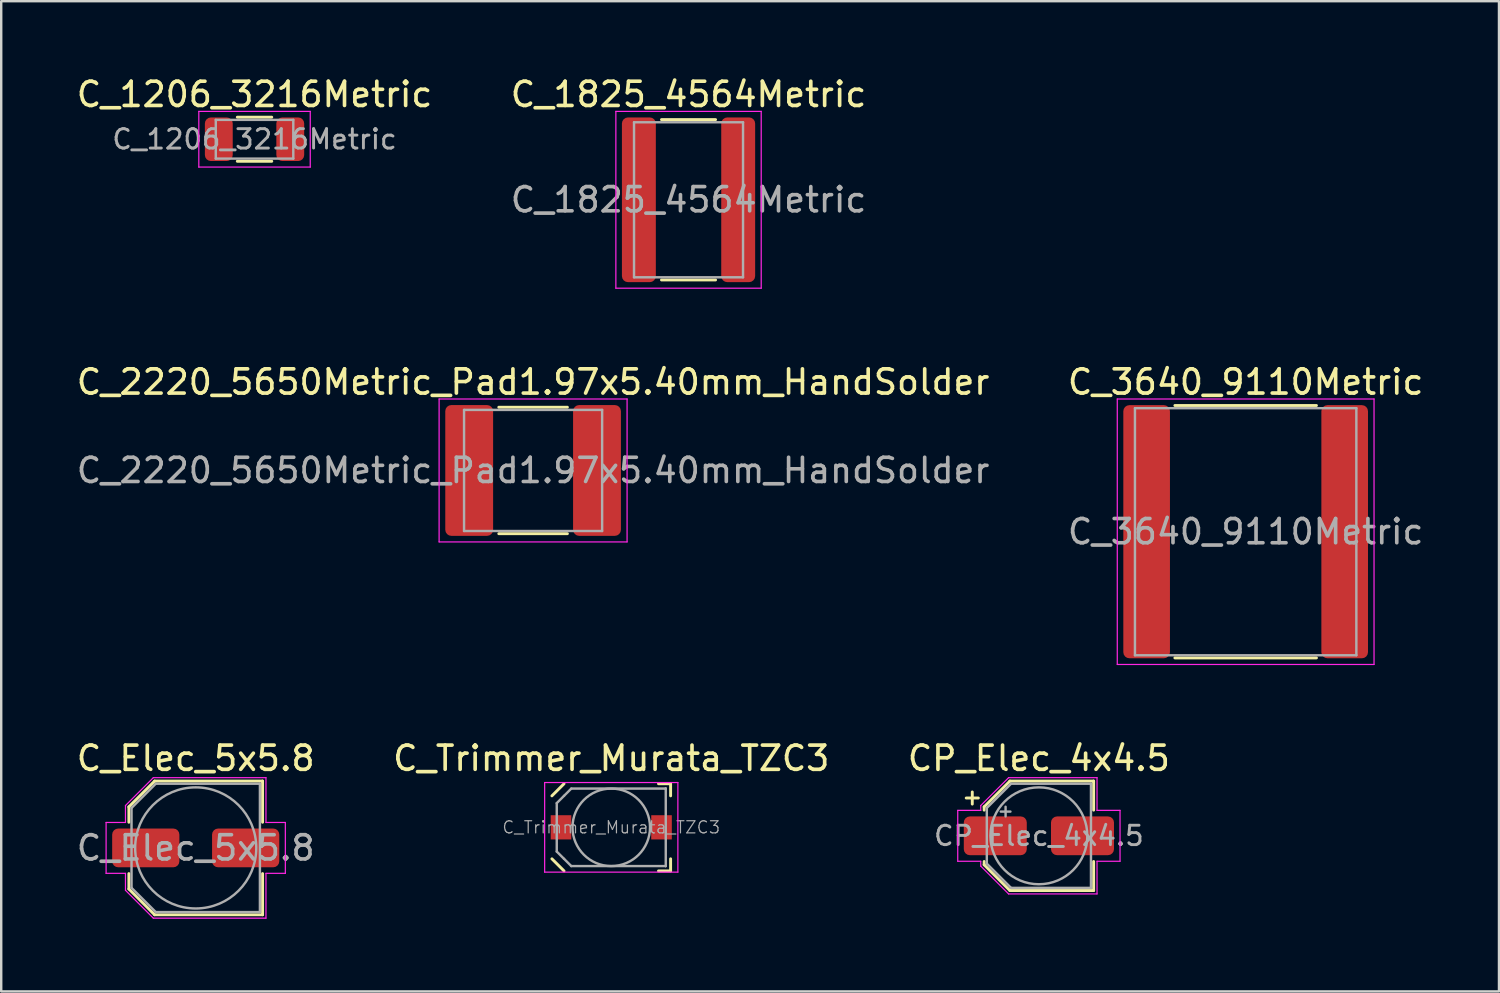
<source format=kicad_pcb>
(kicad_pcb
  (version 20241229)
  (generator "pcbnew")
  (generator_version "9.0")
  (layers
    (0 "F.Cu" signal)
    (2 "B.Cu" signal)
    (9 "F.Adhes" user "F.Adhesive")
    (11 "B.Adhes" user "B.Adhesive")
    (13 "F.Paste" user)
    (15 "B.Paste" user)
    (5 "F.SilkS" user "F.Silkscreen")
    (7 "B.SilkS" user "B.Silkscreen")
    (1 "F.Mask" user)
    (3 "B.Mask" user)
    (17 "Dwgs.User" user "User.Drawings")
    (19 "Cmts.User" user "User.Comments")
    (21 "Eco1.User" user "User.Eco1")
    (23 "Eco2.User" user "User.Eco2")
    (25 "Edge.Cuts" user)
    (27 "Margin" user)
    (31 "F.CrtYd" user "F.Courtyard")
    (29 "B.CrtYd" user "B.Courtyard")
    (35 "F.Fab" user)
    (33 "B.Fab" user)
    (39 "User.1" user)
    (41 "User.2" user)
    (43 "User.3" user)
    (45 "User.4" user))
  (footprint "C_1825_4564Metric"
    (layer "F.Cu")
    (at 25.375 5.198)
    (property "Reference" "C_1825_4564Metric" (at 0 -4.35 0) (layer "F.SilkS") (effects (font (size 1 1) (thickness 0.15))))
    (attr smd)
    (fp_line (start -1.116 -3.31) (end 1.116 -3.31) (stroke (width 0.12) (type solid)) (layer "F.SilkS"))
    (fp_line (start -1.116 3.31) (end 1.116 3.31) (stroke (width 0.12) (type solid)) (layer "F.SilkS"))
    (fp_line (start -3 -3.65) (end 3 -3.65) (stroke (width 0.05) (type solid)) (layer "F.CrtYd"))
    (fp_line (start -3 3.65) (end -3 -3.65) (stroke (width 0.05) (type solid)) (layer "F.CrtYd"))
    (fp_line (start 3 -3.65) (end 3 3.65) (stroke (width 0.05) (type solid)) (layer "F.CrtYd"))
    (fp_line (start 3 3.65) (end -3 3.65) (stroke (width 0.05) (type solid)) (layer "F.CrtYd"))
    (fp_line (start -2.25 -3.2) (end 2.25 -3.2) (stroke (width 0.1) (type solid)) (layer "F.Fab"))
    (fp_line (start -2.25 3.2) (end -2.25 -3.2) (stroke (width 0.1) (type solid)) (layer "F.Fab"))
    (fp_line (start 2.25 -3.2) (end 2.25 3.2) (stroke (width 0.1) (type solid)) (layer "F.Fab"))
    (fp_line (start 2.25 3.2) (end -2.25 3.2) (stroke (width 0.1) (type solid)) (layer "F.Fab"))
    (fp_text user "${REFERENCE}" (at 0 0 0) (layer "F.Fab") (effects (font (size 1 1) (thickness 0.15))))
    (pad "1" smd roundrect (at -2.05 0) (size 1.4 6.8) (layers "F.Cu" "F.Mask" "F.Paste") (roundrect_rratio 0.179))
    (pad "2" smd roundrect (at 2.05 0) (size 1.4 6.8) (layers "F.Cu" "F.Mask" "F.Paste") (roundrect_rratio 0.179)))
  (footprint "C_Elec_5x5.8"
    (layer "F.Cu")
    (at 5.03 31.955)
    (property "Reference" "C_Elec_5x5.8" (at 0 -3.7 0) (layer "F.SilkS") (effects (font (size 1 1) (thickness 0.15))))
    (attr smd)
    (fp_line (start -2.76 -1.696) (end -2.76 -1.06) (stroke (width 0.12) (type solid)) (layer "F.SilkS"))
    (fp_line (start -2.76 -1.696) (end -1.696 -2.76) (stroke (width 0.12) (type solid)) (layer "F.SilkS"))
    (fp_line (start -2.76 1.696) (end -2.76 1.06) (stroke (width 0.12) (type solid)) (layer "F.SilkS"))
    (fp_line (start -2.76 1.696) (end -1.696 2.76) (stroke (width 0.12) (type solid)) (layer "F.SilkS"))
    (fp_line (start -1.696 -2.76) (end 2.76 -2.76) (stroke (width 0.12) (type solid)) (layer "F.SilkS"))
    (fp_line (start -1.696 2.76) (end 2.76 2.76) (stroke (width 0.12) (type solid)) (layer "F.SilkS"))
    (fp_line (start 2.76 -2.76) (end 2.76 -1.06) (stroke (width 0.12) (type solid)) (layer "F.SilkS"))
    (fp_line (start 2.76 2.76) (end 2.76 1.06) (stroke (width 0.12) (type solid)) (layer "F.SilkS"))
    (fp_line (start -3.7 -1.05) (end -3.7 1.05) (stroke (width 0.05) (type solid)) (layer "F.CrtYd"))
    (fp_line (start -3.7 1.05) (end -2.9 1.05) (stroke (width 0.05) (type solid)) (layer "F.CrtYd"))
    (fp_line (start -2.9 -1.75) (end -2.9 -1.05) (stroke (width 0.05) (type solid)) (layer "F.CrtYd"))
    (fp_line (start -2.9 -1.75) (end -1.75 -2.9) (stroke (width 0.05) (type solid)) (layer "F.CrtYd"))
    (fp_line (start -2.9 -1.05) (end -3.7 -1.05) (stroke (width 0.05) (type solid)) (layer "F.CrtYd"))
    (fp_line (start -2.9 1.05) (end -2.9 1.75) (stroke (width 0.05) (type solid)) (layer "F.CrtYd"))
    (fp_line (start -2.9 1.75) (end -1.75 2.9) (stroke (width 0.05) (type solid)) (layer "F.CrtYd"))
    (fp_line (start -1.75 -2.9) (end 2.9 -2.9) (stroke (width 0.05) (type solid)) (layer "F.CrtYd"))
    (fp_line (start -1.75 2.9) (end 2.9 2.9) (stroke (width 0.05) (type solid)) (layer "F.CrtYd"))
    (fp_line (start 2.9 -2.9) (end 2.9 -1.05) (stroke (width 0.05) (type solid)) (layer "F.CrtYd"))
    (fp_line (start 2.9 -1.05) (end 3.7 -1.05) (stroke (width 0.05) (type solid)) (layer "F.CrtYd"))
    (fp_line (start 2.9 1.05) (end 2.9 2.9) (stroke (width 0.05) (type solid)) (layer "F.CrtYd"))
    (fp_line (start 3.7 -1.05) (end 3.7 1.05) (stroke (width 0.05) (type solid)) (layer "F.CrtYd"))
    (fp_line (start 3.7 1.05) (end 2.9 1.05) (stroke (width 0.05) (type solid)) (layer "F.CrtYd"))
    (fp_line (start -2.65 -1.65) (end -2.65 1.65) (stroke (width 0.1) (type solid)) (layer "F.Fab"))
    (fp_line (start -2.65 -1.65) (end -1.65 -2.65) (stroke (width 0.1) (type solid)) (layer "F.Fab"))
    (fp_line (start -2.65 1.65) (end -1.65 2.65) (stroke (width 0.1) (type solid)) (layer "F.Fab"))
    (fp_line (start -1.65 -2.65) (end 2.65 -2.65) (stroke (width 0.1) (type solid)) (layer "F.Fab"))
    (fp_line (start -1.65 2.65) (end 2.65 2.65) (stroke (width 0.1) (type solid)) (layer "F.Fab"))
    (fp_line (start 2.65 -2.65) (end 2.65 2.65) (stroke (width 0.1) (type solid)) (layer "F.Fab"))
    (fp_circle (center 0 0) (end 2.5 0) (stroke (width 0.1) (type solid)) (fill no) (layer "F.Fab"))
    (fp_text user "${REFERENCE}" (at 0 0 0) (layer "F.Fab") (effects (font (size 1 1) (thickness 0.15))))
    (pad "1" smd roundrect (at -2.062 0) (size 2.775 1.6) (layers "F.Cu" "F.Mask" "F.Paste") (roundrect_rratio 0.156))
    (pad "2" smd roundrect (at 2.062 0) (size 2.775 1.6) (layers "F.Cu" "F.Mask" "F.Paste") (roundrect_rratio 0.156)))
  (footprint "C_2220_5650Metric_Pad1.97x5.40mm_HandSolder"
    (layer "F.Cu")
    (at 18.958 16.372)
    (property "Reference" "C_2220_5650Metric_Pad1.97x5.40mm_HandSolder" (at 0 -3.65 0) (layer "F.SilkS") (effects (font (size 1 1) (thickness 0.15))))
    (attr smd)
    (fp_line (start -1.416 -2.61) (end 1.416 -2.61) (stroke (width 0.12) (type solid)) (layer "F.SilkS"))
    (fp_line (start -1.416 2.61) (end 1.416 2.61) (stroke (width 0.12) (type solid)) (layer "F.SilkS"))
    (fp_line (start -3.88 -2.95) (end 3.88 -2.95) (stroke (width 0.05) (type solid)) (layer "F.CrtYd"))
    (fp_line (start -3.88 2.95) (end -3.88 -2.95) (stroke (width 0.05) (type solid)) (layer "F.CrtYd"))
    (fp_line (start 3.88 -2.95) (end 3.88 2.95) (stroke (width 0.05) (type solid)) (layer "F.CrtYd"))
    (fp_line (start 3.88 2.95) (end -3.88 2.95) (stroke (width 0.05) (type solid)) (layer "F.CrtYd"))
    (fp_line (start -2.85 -2.5) (end 2.85 -2.5) (stroke (width 0.1) (type solid)) (layer "F.Fab"))
    (fp_line (start -2.85 2.5) (end -2.85 -2.5) (stroke (width 0.1) (type solid)) (layer "F.Fab"))
    (fp_line (start 2.85 -2.5) (end 2.85 2.5) (stroke (width 0.1) (type solid)) (layer "F.Fab"))
    (fp_line (start 2.85 2.5) (end -2.85 2.5) (stroke (width 0.1) (type solid)) (layer "F.Fab"))
    (fp_text user "${REFERENCE}" (at 0 0 0) (layer "F.Fab") (effects (font (size 1 1) (thickness 0.15))))
    (pad "1" smd roundrect (at -2.638 0) (size 1.975 5.4) (layers "F.Cu" "F.Mask" "F.Paste") (roundrect_rratio 0.127))
    (pad "2" smd roundrect (at 2.638 0) (size 1.975 5.4) (layers "F.Cu" "F.Mask" "F.Paste") (roundrect_rratio 0.127)))
  (footprint "C_3640_9110Metric"
    (layer "F.Cu")
    (at 48.375 18.901)
    (property "Reference" "C_3640_9110Metric" (at 0 -6.18 0) (layer "F.SilkS") (effects (font (size 1 1) (thickness 0.15))))
    (attr smd)
    (fp_line (start -2.922 -5.21) (end 2.922 -5.21) (stroke (width 0.12) (type solid)) (layer "F.SilkS"))
    (fp_line (start -2.922 5.21) (end 2.922 5.21) (stroke (width 0.12) (type solid)) (layer "F.SilkS"))
    (fp_line (start -5.3 -5.48) (end 5.3 -5.48) (stroke (width 0.05) (type solid)) (layer "F.CrtYd"))
    (fp_line (start -5.3 5.48) (end -5.3 -5.48) (stroke (width 0.05) (type solid)) (layer "F.CrtYd"))
    (fp_line (start 5.3 -5.48) (end 5.3 5.48) (stroke (width 0.05) (type solid)) (layer "F.CrtYd"))
    (fp_line (start 5.3 5.48) (end -5.3 5.48) (stroke (width 0.05) (type solid)) (layer "F.CrtYd"))
    (fp_line (start -4.57 -5.1) (end 4.57 -5.1) (stroke (width 0.1) (type solid)) (layer "F.Fab"))
    (fp_line (start -4.57 5.1) (end -4.57 -5.1) (stroke (width 0.1) (type solid)) (layer "F.Fab"))
    (fp_line (start 4.57 -5.1) (end 4.57 5.1) (stroke (width 0.1) (type solid)) (layer "F.Fab"))
    (fp_line (start 4.57 5.1) (end -4.57 5.1) (stroke (width 0.1) (type solid)) (layer "F.Fab"))
    (fp_text user "${REFERENCE}" (at 0 0 0) (layer "F.Fab") (effects (font (size 1 1) (thickness 0.15))))
    (pad "1" smd roundrect (at -4.088 0) (size 1.925 10.45) (layers "F.Cu" "F.Mask" "F.Paste") (roundrect_rratio 0.13))
    (pad "2" smd roundrect (at 4.088 0) (size 1.925 10.45) (layers "F.Cu" "F.Mask" "F.Paste") (roundrect_rratio 0.13)))
  (footprint "C_1206_3216Metric"
    (layer "F.Cu")
    (at 7.458 2.698)
    (property "Reference" "C_1206_3216Metric" (at 0 -1.85 0) (layer "F.SilkS") (effects (font (size 1 1) (thickness 0.15))))
    (attr smd)
    (fp_line (start -0.711 -0.91) (end 0.711 -0.91) (stroke (width 0.12) (type solid)) (layer "F.SilkS"))
    (fp_line (start -0.711 0.91) (end 0.711 0.91) (stroke (width 0.12) (type solid)) (layer "F.SilkS"))
    (fp_line (start -2.3 -1.15) (end 2.3 -1.15) (stroke (width 0.05) (type solid)) (layer "F.CrtYd"))
    (fp_line (start -2.3 1.15) (end -2.3 -1.15) (stroke (width 0.05) (type solid)) (layer "F.CrtYd"))
    (fp_line (start 2.3 -1.15) (end 2.3 1.15) (stroke (width 0.05) (type solid)) (layer "F.CrtYd"))
    (fp_line (start 2.3 1.15) (end -2.3 1.15) (stroke (width 0.05) (type solid)) (layer "F.CrtYd"))
    (fp_line (start -1.6 -0.8) (end 1.6 -0.8) (stroke (width 0.1) (type solid)) (layer "F.Fab"))
    (fp_line (start -1.6 0.8) (end -1.6 -0.8) (stroke (width 0.1) (type solid)) (layer "F.Fab"))
    (fp_line (start 1.6 -0.8) (end 1.6 0.8) (stroke (width 0.1) (type solid)) (layer "F.Fab"))
    (fp_line (start 1.6 0.8) (end -1.6 0.8) (stroke (width 0.1) (type solid)) (layer "F.Fab"))
    (fp_text user "${REFERENCE}" (at 0 0 0) (layer "F.Fab") (effects (font (size 0.8 0.8) (thickness 0.12))))
    (pad "1" smd roundrect (at -1.475 0) (size 1.15 1.8) (layers "F.Cu" "F.Mask" "F.Paste") (roundrect_rratio 0.217))
    (pad "2" smd roundrect (at 1.475 0) (size 1.15 1.8) (layers "F.Cu" "F.Mask" "F.Paste") (roundrect_rratio 0.217)))
  (footprint "C_Trimmer_Murata_TZC3"
    (layer "F.Cu")
    (at 22.185 31.105)
    (property "Reference" "C_Trimmer_Murata_TZC3" (at 0 -2.85 0) (layer "F.SilkS") (effects (font (size 1 1) (thickness 0.15))))
    (attr smd)
    (fp_line (start -2.45 -1.3) (end -1.95 -1.8) (stroke (width 0.12) (type solid)) (layer "F.SilkS"))
    (fp_line (start -2.45 1.3) (end -1.95 1.8) (stroke (width 0.12) (type solid)) (layer "F.SilkS"))
    (fp_line (start 2.45 -1.8) (end 1.95 -1.8) (stroke (width 0.12) (type solid)) (layer "F.SilkS"))
    (fp_line (start 2.45 -1.8) (end 2.45 -1.3) (stroke (width 0.12) (type solid)) (layer "F.SilkS"))
    (fp_line (start 2.45 1.8) (end 1.95 1.8) (stroke (width 0.12) (type solid)) (layer "F.SilkS"))
    (fp_line (start 2.45 1.8) (end 2.45 1.3) (stroke (width 0.12) (type solid)) (layer "F.SilkS"))
    (fp_line (start -2.75 -1.85) (end -2.75 1.85) (stroke (width 0.05) (type solid)) (layer "F.CrtYd"))
    (fp_line (start -2.75 1.85) (end 2.75 1.85) (stroke (width 0.05) (type solid)) (layer "F.CrtYd"))
    (fp_line (start 2.75 -1.85) (end -2.75 -1.85) (stroke (width 0.05) (type solid)) (layer "F.CrtYd"))
    (fp_line (start 2.75 1.85) (end 2.75 -1.85) (stroke (width 0.05) (type solid)) (layer "F.CrtYd"))
    (fp_line (start -2.25 -1) (end -1.95 -1.3) (stroke (width 0.1) (type solid)) (layer "F.Fab"))
    (fp_line (start -2.25 1) (end -2.25 -1) (stroke (width 0.1) (type solid)) (layer "F.Fab"))
    (fp_line (start -1.95 -1.3) (end -1.65 -1.6) (stroke (width 0.1) (type solid)) (layer "F.Fab"))
    (fp_line (start -1.95 1.3) (end -2.25 1) (stroke (width 0.1) (type solid)) (layer "F.Fab"))
    (fp_line (start -1.65 -1.6) (end 2.24 -1.6) (stroke (width 0.1) (type solid)) (layer "F.Fab"))
    (fp_line (start -1.65 1.6) (end -1.95 1.3) (stroke (width 0.1) (type solid)) (layer "F.Fab"))
    (fp_line (start 2.24 -1.6) (end 2.25 -1.6) (stroke (width 0.1) (type solid)) (layer "F.Fab"))
    (fp_line (start 2.24 1.6) (end -1.65 1.6) (stroke (width 0.1) (type solid)) (layer "F.Fab"))
    (fp_line (start 2.25 -1.6) (end 2.25 -1.59) (stroke (width 0.1) (type solid)) (layer "F.Fab"))
    (fp_line (start 2.25 -1.59) (end 2.25 1.59) (stroke (width 0.1) (type solid)) (layer "F.Fab"))
    (fp_line (start 2.25 1.59) (end 2.25 1.6) (stroke (width 0.1) (type solid)) (layer "F.Fab"))
    (fp_line (start 2.25 1.6) (end 2.24 1.6) (stroke (width 0.1) (type solid)) (layer "F.Fab"))
    (fp_circle (center 0 0) (end 1.6 0) (stroke (width 0.1) (type solid)) (fill no) (layer "F.Fab"))
    (fp_text user "${REFERENCE}" (at 0 0 0) (layer "F.Fab") (effects (font (size 0.5 0.5) (thickness 0.05))))
    (pad "1" smd rect (at -2.075 0) (size 0.85 1) (layers "F.Cu" "F.Mask" "F.Paste"))
    (pad "2" smd rect (at 2.075 0) (size 0.85 1) (layers "F.Cu" "F.Mask" "F.Paste")))
  (footprint "CP_Elec_4x4.5"
    (layer "F.Cu")
    (at 39.839 31.455)
    (property "Reference" "CP_Elec_4x4.5" (at 0 -3.2 0) (layer "F.SilkS") (effects (font (size 1 1) (thickness 0.15))))
    (attr smd)
    (fp_line (start -3 -1.56) (end -2.5 -1.56) (stroke (width 0.12) (type solid)) (layer "F.SilkS"))
    (fp_line (start -2.75 -1.81) (end -2.75 -1.31) (stroke (width 0.12) (type solid)) (layer "F.SilkS"))
    (fp_line (start -2.26 -1.196) (end -2.26 -1.06) (stroke (width 0.12) (type solid)) (layer "F.SilkS"))
    (fp_line (start -2.26 -1.196) (end -1.196 -2.26) (stroke (width 0.12) (type solid)) (layer "F.SilkS"))
    (fp_line (start -2.26 1.196) (end -2.26 1.06) (stroke (width 0.12) (type solid)) (layer "F.SilkS"))
    (fp_line (start -2.26 1.196) (end -1.196 2.26) (stroke (width 0.12) (type solid)) (layer "F.SilkS"))
    (fp_line (start -1.196 -2.26) (end 2.26 -2.26) (stroke (width 0.12) (type solid)) (layer "F.SilkS"))
    (fp_line (start -1.196 2.26) (end 2.26 2.26) (stroke (width 0.12) (type solid)) (layer "F.SilkS"))
    (fp_line (start 2.26 -2.26) (end 2.26 -1.06) (stroke (width 0.12) (type solid)) (layer "F.SilkS"))
    (fp_line (start 2.26 2.26) (end 2.26 1.06) (stroke (width 0.12) (type solid)) (layer "F.SilkS"))
    (fp_line (start -3.35 -1.05) (end -3.35 1.05) (stroke (width 0.05) (type solid)) (layer "F.CrtYd"))
    (fp_line (start -3.35 1.05) (end -2.4 1.05) (stroke (width 0.05) (type solid)) (layer "F.CrtYd"))
    (fp_line (start -2.4 -1.25) (end -2.4 -1.05) (stroke (width 0.05) (type solid)) (layer "F.CrtYd"))
    (fp_line (start -2.4 -1.25) (end -1.25 -2.4) (stroke (width 0.05) (type solid)) (layer "F.CrtYd"))
    (fp_line (start -2.4 -1.05) (end -3.35 -1.05) (stroke (width 0.05) (type solid)) (layer "F.CrtYd"))
    (fp_line (start -2.4 1.05) (end -2.4 1.25) (stroke (width 0.05) (type solid)) (layer "F.CrtYd"))
    (fp_line (start -2.4 1.25) (end -1.25 2.4) (stroke (width 0.05) (type solid)) (layer "F.CrtYd"))
    (fp_line (start -1.25 -2.4) (end 2.4 -2.4) (stroke (width 0.05) (type solid)) (layer "F.CrtYd"))
    (fp_line (start -1.25 2.4) (end 2.4 2.4) (stroke (width 0.05) (type solid)) (layer "F.CrtYd"))
    (fp_line (start 2.4 -2.4) (end 2.4 -1.05) (stroke (width 0.05) (type solid)) (layer "F.CrtYd"))
    (fp_line (start 2.4 -1.05) (end 3.35 -1.05) (stroke (width 0.05) (type solid)) (layer "F.CrtYd"))
    (fp_line (start 2.4 1.05) (end 2.4 2.4) (stroke (width 0.05) (type solid)) (layer "F.CrtYd"))
    (fp_line (start 3.35 -1.05) (end 3.35 1.05) (stroke (width 0.05) (type solid)) (layer "F.CrtYd"))
    (fp_line (start 3.35 1.05) (end 2.4 1.05) (stroke (width 0.05) (type solid)) (layer "F.CrtYd"))
    (fp_line (start -2.15 -1.15) (end -2.15 1.15) (stroke (width 0.1) (type solid)) (layer "F.Fab"))
    (fp_line (start -2.15 -1.15) (end -1.15 -2.15) (stroke (width 0.1) (type solid)) (layer "F.Fab"))
    (fp_line (start -2.15 1.15) (end -1.15 2.15) (stroke (width 0.1) (type solid)) (layer "F.Fab"))
    (fp_line (start -1.575 -1) (end -1.175 -1) (stroke (width 0.1) (type solid)) (layer "F.Fab"))
    (fp_line (start -1.375 -1.2) (end -1.375 -0.8) (stroke (width 0.1) (type solid)) (layer "F.Fab"))
    (fp_line (start -1.15 -2.15) (end 2.15 -2.15) (stroke (width 0.1) (type solid)) (layer "F.Fab"))
    (fp_line (start -1.15 2.15) (end 2.15 2.15) (stroke (width 0.1) (type solid)) (layer "F.Fab"))
    (fp_line (start 2.15 -2.15) (end 2.15 2.15) (stroke (width 0.1) (type solid)) (layer "F.Fab"))
    (fp_circle (center 0 0) (end 2 0) (stroke (width 0.1) (type solid)) (fill no) (layer "F.Fab"))
    (fp_text user "${REFERENCE}" (at 0 0 0) (layer "F.Fab") (effects (font (size 0.8 0.8) (thickness 0.12))))
    (pad "1" smd roundrect (at -1.8 0) (size 2.6 1.6) (layers "F.Cu" "F.Mask" "F.Paste") (roundrect_rratio 0.156))
    (pad "2" smd roundrect (at 1.8 0) (size 2.6 1.6) (layers "F.Cu" "F.Mask" "F.Paste") (roundrect_rratio 0.156)))
  (gr_rect
    (start -3 -3)
    (end 58.833 37.88)
    (stroke (width 0.1) (type default))
    (fill no)
    (layer "Edge.Cuts")))
</source>
